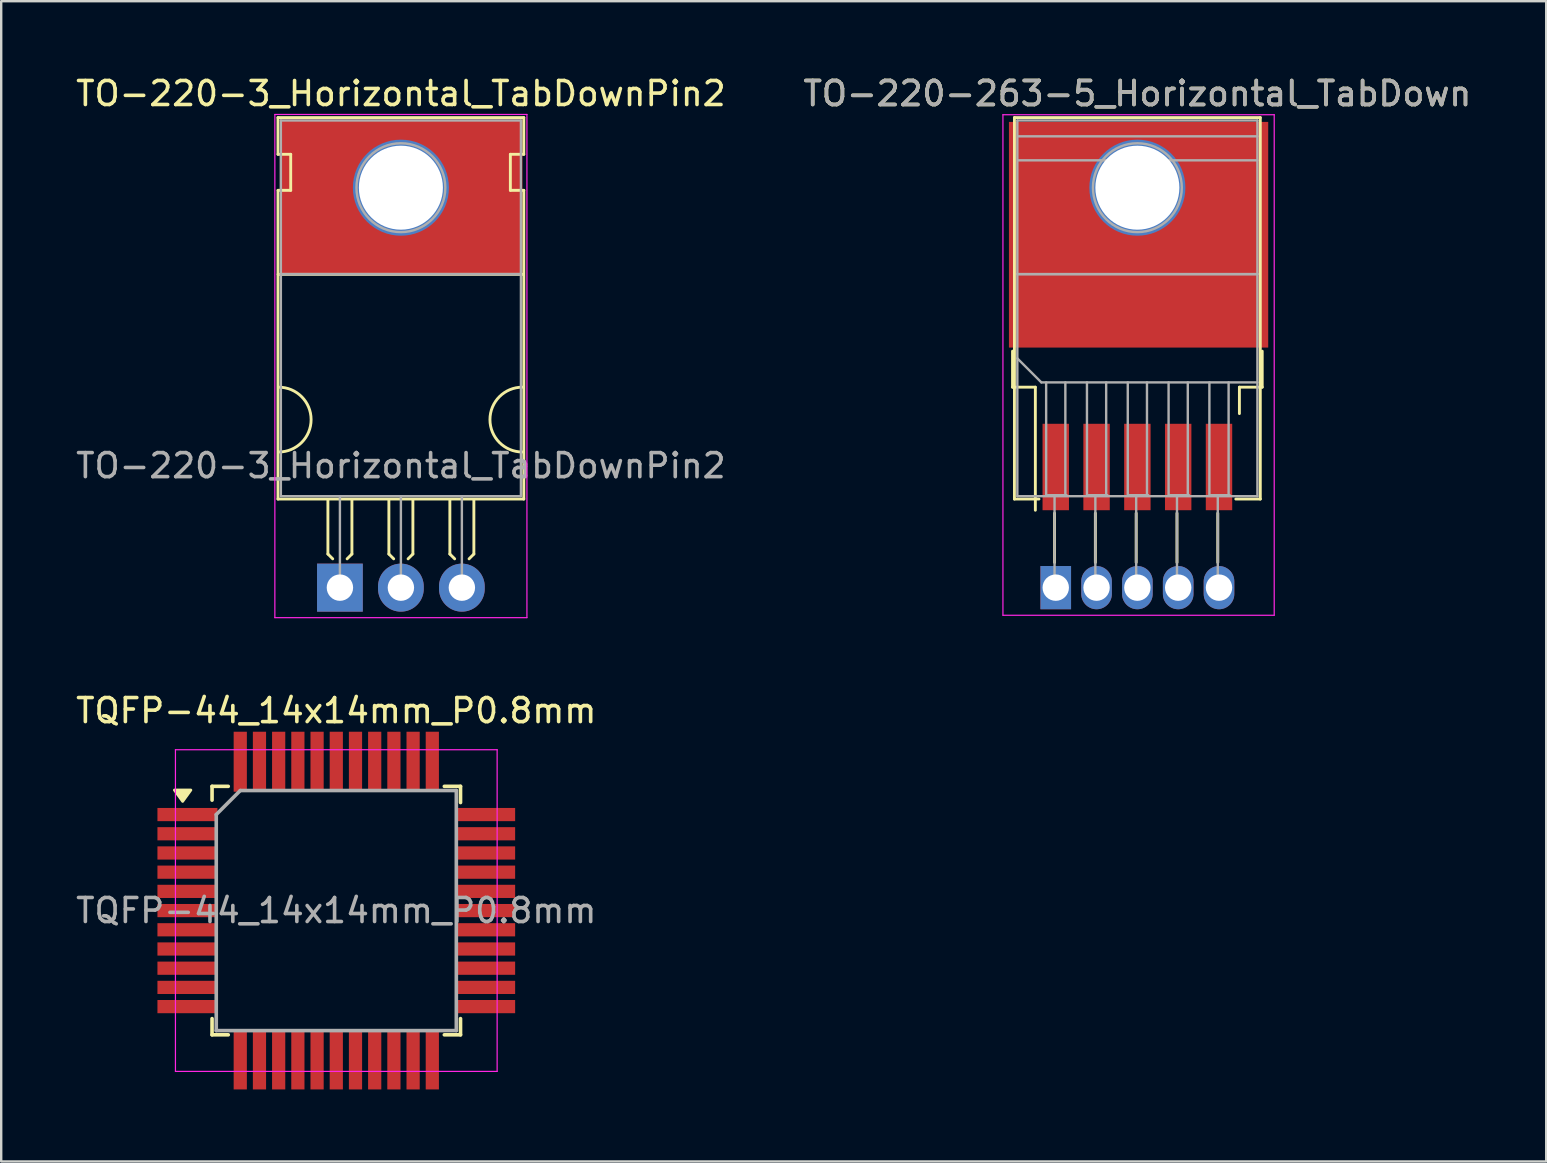
<source format=kicad_pcb>
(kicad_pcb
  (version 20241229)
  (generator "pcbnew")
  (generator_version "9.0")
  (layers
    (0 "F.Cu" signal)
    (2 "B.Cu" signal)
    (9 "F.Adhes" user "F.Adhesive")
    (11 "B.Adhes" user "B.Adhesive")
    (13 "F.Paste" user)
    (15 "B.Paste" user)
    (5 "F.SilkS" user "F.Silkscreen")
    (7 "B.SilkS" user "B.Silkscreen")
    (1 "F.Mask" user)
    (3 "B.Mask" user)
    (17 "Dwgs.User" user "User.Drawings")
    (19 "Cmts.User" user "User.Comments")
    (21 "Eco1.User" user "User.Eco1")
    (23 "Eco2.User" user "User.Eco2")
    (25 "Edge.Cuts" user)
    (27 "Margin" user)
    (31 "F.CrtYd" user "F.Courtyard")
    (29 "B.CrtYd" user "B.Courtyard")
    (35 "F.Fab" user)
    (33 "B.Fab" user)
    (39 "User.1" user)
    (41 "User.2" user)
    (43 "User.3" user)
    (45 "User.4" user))
  (footprint "TO-220-3_Horizontal_TabDownPin2"
    (layer "F.Cu")
    (at 11.109 21.428)
    (property "Reference" "TO-220-3_Horizontal_TabDownPin2" (at 2.54 -20.58 0) (layer "F.SilkS") (effects (font (size 1 1) (thickness 0.15))))
    (attr smd)
    (fp_line (start -2.58 -19.58) (end -2.58 -18.05) (stroke (width 0.12) (type solid)) (layer "F.SilkS"))
    (fp_line (start -2.58 -19.58) (end 7.66 -19.58) (stroke (width 0.12) (type solid)) (layer "F.SilkS"))
    (fp_line (start -2.58 -18.05) (end -2.05 -18.05) (stroke (width 0.12) (type solid)) (layer "F.SilkS"))
    (fp_line (start -2.58 -16.55) (end -2.58 -3.69) (stroke (width 0.12) (type solid)) (layer "F.SilkS"))
    (fp_line (start -2.58 -3.69) (end 7.66 -3.69) (stroke (width 0.12) (type solid)) (layer "F.SilkS"))
    (fp_line (start -2.575 -13.05) (end 7.65 -13.05) (stroke (width 0.12) (type solid)) (layer "F.SilkS"))
    (fp_line (start -2.05 -18.05) (end -2.05 -16.55) (stroke (width 0.12) (type solid)) (layer "F.SilkS"))
    (fp_line (start -2.05 -16.55) (end -2.575 -16.55) (stroke (width 0.12) (type solid)) (layer "F.SilkS"))
    (fp_line (start -0.5 -3.65) (end -0.5 -1.4) (stroke (width 0.12) (type solid)) (layer "F.SilkS"))
    (fp_line (start -0.5 -1.4) (end -0.3 -1.2) (stroke (width 0.12) (type solid)) (layer "F.SilkS"))
    (fp_line (start 0.5 -3.65) (end 0.5 -1.4) (stroke (width 0.12) (type solid)) (layer "F.SilkS"))
    (fp_line (start 0.5 -1.4) (end 0.3 -1.2) (stroke (width 0.12) (type solid)) (layer "F.SilkS"))
    (fp_line (start 2.04 -3.65) (end 2.04 -1.4) (stroke (width 0.12) (type solid)) (layer "F.SilkS"))
    (fp_line (start 2.04 -1.4) (end 2.24 -1.2) (stroke (width 0.12) (type solid)) (layer "F.SilkS"))
    (fp_line (start 3.04 -3.65) (end 3.04 -1.4) (stroke (width 0.12) (type solid)) (layer "F.SilkS"))
    (fp_line (start 3.04 -1.4) (end 2.84 -1.2) (stroke (width 0.12) (type solid)) (layer "F.SilkS"))
    (fp_line (start 4.58 -3.65) (end 4.58 -1.4) (stroke (width 0.12) (type solid)) (layer "F.SilkS"))
    (fp_line (start 4.58 -1.4) (end 4.78 -1.2) (stroke (width 0.12) (type solid)) (layer "F.SilkS"))
    (fp_line (start 5.58 -3.65) (end 5.58 -1.4) (stroke (width 0.12) (type solid)) (layer "F.SilkS"))
    (fp_line (start 5.58 -1.4) (end 5.38 -1.2) (stroke (width 0.12) (type solid)) (layer "F.SilkS"))
    (fp_line (start 7.1 -18.05) (end 7.66 -18.05) (stroke (width 0.12) (type solid)) (layer "F.SilkS"))
    (fp_line (start 7.1 -16.55) (end 7.1 -18.05) (stroke (width 0.12) (type solid)) (layer "F.SilkS"))
    (fp_line (start 7.66 -19.58) (end 7.66 -18.05) (stroke (width 0.12) (type solid)) (layer "F.SilkS"))
    (fp_line (start 7.66 -16.55) (end 7.1 -16.55) (stroke (width 0.12) (type solid)) (layer "F.SilkS"))
    (fp_line (start 7.66 -16.55) (end 7.66 -3.69) (stroke (width 0.12) (type solid)) (layer "F.SilkS"))
    (fp_arc (start -2.55 -8.35) (mid -1.2 -7) (end -2.55 -5.65) (stroke (width 0.12) (type solid)) (layer "F.SilkS"))
    (fp_arc (start 7.6 -5.65) (mid 6.25 -7) (end 7.6 -8.35) (stroke (width 0.12) (type solid)) (layer "F.SilkS"))
    (fp_line (start -2.71 -19.71) (end -2.71 1.25) (stroke (width 0.05) (type solid)) (layer "F.CrtYd"))
    (fp_line (start -2.71 1.25) (end 7.79 1.25) (stroke (width 0.05) (type solid)) (layer "F.CrtYd"))
    (fp_line (start 7.79 -19.71) (end -2.71 -19.71) (stroke (width 0.05) (type solid)) (layer "F.CrtYd"))
    (fp_line (start 7.79 1.25) (end 7.79 -19.71) (stroke (width 0.05) (type solid)) (layer "F.CrtYd"))
    (fp_line (start -2.46 -19.46) (end 7.54 -19.46) (stroke (width 0.1) (type solid)) (layer "F.Fab"))
    (fp_line (start -2.46 -13.06) (end -2.46 -19.46) (stroke (width 0.1) (type solid)) (layer "F.Fab"))
    (fp_line (start -2.46 -13.06) (end 7.54 -13.06) (stroke (width 0.1) (type solid)) (layer "F.Fab"))
    (fp_line (start -2.46 -3.81) (end -2.46 -13.06) (stroke (width 0.1) (type solid)) (layer "F.Fab"))
    (fp_line (start 0 -3.81) (end 0 0) (stroke (width 0.1) (type solid)) (layer "F.Fab"))
    (fp_line (start 2.54 -3.81) (end 2.54 0) (stroke (width 0.1) (type solid)) (layer "F.Fab"))
    (fp_line (start 5.08 -3.81) (end 5.08 0) (stroke (width 0.1) (type solid)) (layer "F.Fab"))
    (fp_line (start 7.54 -19.46) (end 7.54 -13.06) (stroke (width 0.1) (type solid)) (layer "F.Fab"))
    (fp_line (start 7.54 -13.06) (end -2.46 -13.06) (stroke (width 0.1) (type solid)) (layer "F.Fab"))
    (fp_line (start 7.54 -13.06) (end 7.54 -3.81) (stroke (width 0.1) (type solid)) (layer "F.Fab"))
    (fp_line (start 7.54 -3.81) (end -2.46 -3.81) (stroke (width 0.1) (type solid)) (layer "F.Fab"))
    (fp_circle (center 2.54 -16.66) (end 4.39 -16.66) (stroke (width 0.1) (type solid)) (fill no) (layer "F.Fab"))
    (fp_text user "${REFERENCE}" (at 2.54 -5.08 0) (layer "F.Fab") (effects (font (size 1 1) (thickness 0.15))))
    (pad "1" thru_hole rect (at 0 0) (size 1.905 2) (drill 1.1) (layers "*.Cu" "*.Mask"))
    (pad "2" thru_hole circle (at 2.54 -16.66) (size 4 4) (drill 3.5) (layers "*.Cu" "*.Mask"))
    (pad "2" thru_hole oval (at 2.54 0) (size 1.905 2) (drill 1.1) (layers "*.Cu" "*.Mask"))
    (pad "2" smd rect (at 2.55 -16.3 90) (size 6.4 10.1) (layers "F.Cu" "F.Mask"))
    (pad "3" thru_hole oval (at 5.08 0) (size 1.905 2) (drill 1.1) (layers "*.Cu" "*.Mask")))
  (footprint "TQFP-44_14x14mm_P0.8mm"
    (layer "F.Cu")
    (at 10.958 34.88)
    (property "Reference" "TQFP-44_14x14mm_P0.8mm" (at 0 -8.328 0) (layer "F.SilkS") (effects (font (size 1 1) (thickness 0.15))))
    (attr smd)
    (fp_line (start -5.175 -5.175) (end -5.175 -4.6) (stroke (width 0.15) (type solid)) (layer "F.SilkS"))
    (fp_line (start -5.175 -5.175) (end -4.5 -5.175) (stroke (width 0.15) (type solid)) (layer "F.SilkS"))
    (fp_line (start -5.175 5.175) (end -5.175 4.5) (stroke (width 0.15) (type solid)) (layer "F.SilkS"))
    (fp_line (start -5.175 5.175) (end -4.5 5.175) (stroke (width 0.15) (type solid)) (layer "F.SilkS"))
    (fp_line (start 5.175 -5.175) (end 4.5 -5.175) (stroke (width 0.15) (type solid)) (layer "F.SilkS"))
    (fp_line (start 5.175 -5.175) (end 5.175 -4.5) (stroke (width 0.15) (type solid)) (layer "F.SilkS"))
    (fp_line (start 5.175 5.175) (end 4.5 5.175) (stroke (width 0.15) (type solid)) (layer "F.SilkS"))
    (fp_line (start 5.175 5.175) (end 5.175 4.5) (stroke (width 0.15) (type solid)) (layer "F.SilkS"))
    (fp_poly (pts (xy -6.4 -4.55) (xy -6.74 -5.02) (xy -6.06 -5.02) (xy -6.4 -4.55)) (stroke (width 0.12) (type solid)) (fill yes) (layer "F.SilkS"))
    (fp_line (start -6.7 -6.7) (end -6.7 6.7) (stroke (width 0.05) (type solid)) (layer "F.CrtYd"))
    (fp_line (start -6.7 -6.7) (end 6.7 -6.7) (stroke (width 0.05) (type solid)) (layer "F.CrtYd"))
    (fp_line (start -6.7 6.7) (end 6.7 6.7) (stroke (width 0.05) (type solid)) (layer "F.CrtYd"))
    (fp_line (start 6.7 -6.7) (end 6.7 6.7) (stroke (width 0.05) (type solid)) (layer "F.CrtYd"))
    (fp_line (start -5 -4) (end -4 -5) (stroke (width 0.15) (type solid)) (layer "F.Fab"))
    (fp_line (start -5 5) (end -5 -4) (stroke (width 0.15) (type solid)) (layer "F.Fab"))
    (fp_line (start -4 -5) (end 5 -5) (stroke (width 0.15) (type solid)) (layer "F.Fab"))
    (fp_line (start 5 -5) (end 5 5) (stroke (width 0.15) (type solid)) (layer "F.Fab"))
    (fp_line (start 5 5) (end -5 5) (stroke (width 0.15) (type solid)) (layer "F.Fab"))
    (fp_text user "${REFERENCE}" (at 0 0 0) (layer "F.Fab") (effects (font (size 1 1) (thickness 0.15))))
    (pad "1" smd rect (at -6.2 -4) (size 2.5 0.55) (layers "F.Cu" "F.Mask" "F.Paste"))
    (pad "2" smd rect (at -6.2 -3.2) (size 2.5 0.55) (layers "F.Cu" "F.Mask" "F.Paste"))
    (pad "3" smd rect (at -6.2 -2.4) (size 2.5 0.55) (layers "F.Cu" "F.Mask" "F.Paste"))
    (pad "4" smd rect (at -6.2 -1.6) (size 2.5 0.55) (layers "F.Cu" "F.Mask" "F.Paste"))
    (pad "5" smd rect (at -6.2 -0.8) (size 2.5 0.55) (layers "F.Cu" "F.Mask" "F.Paste"))
    (pad "6" smd rect (at -6.2 0) (size 2.5 0.55) (layers "F.Cu" "F.Mask" "F.Paste"))
    (pad "7" smd rect (at -6.2 0.8) (size 2.5 0.55) (layers "F.Cu" "F.Mask" "F.Paste"))
    (pad "8" smd rect (at -6.2 1.6) (size 2.5 0.55) (layers "F.Cu" "F.Mask" "F.Paste"))
    (pad "9" smd rect (at -6.2 2.4) (size 2.5 0.55) (layers "F.Cu" "F.Mask" "F.Paste"))
    (pad "10" smd rect (at -6.2 3.2) (size 2.5 0.55) (layers "F.Cu" "F.Mask" "F.Paste"))
    (pad "11" smd rect (at -6.2 4) (size 2.5 0.55) (layers "F.Cu" "F.Mask" "F.Paste"))
    (pad "12" smd rect (at -4 6.2 90) (size 2.5 0.55) (layers "F.Cu" "F.Mask" "F.Paste"))
    (pad "13" smd rect (at -3.2 6.2 90) (size 2.5 0.55) (layers "F.Cu" "F.Mask" "F.Paste"))
    (pad "14" smd rect (at -2.4 6.2 90) (size 2.5 0.55) (layers "F.Cu" "F.Mask" "F.Paste"))
    (pad "15" smd rect (at -1.6 6.2 90) (size 2.5 0.55) (layers "F.Cu" "F.Mask" "F.Paste"))
    (pad "16" smd rect (at -0.8 6.2 90) (size 2.5 0.55) (layers "F.Cu" "F.Mask" "F.Paste"))
    (pad "17" smd rect (at 0 6.2 90) (size 2.5 0.55) (layers "F.Cu" "F.Mask" "F.Paste"))
    (pad "18" smd rect (at 0.8 6.2 90) (size 2.5 0.55) (layers "F.Cu" "F.Mask" "F.Paste"))
    (pad "19" smd rect (at 1.6 6.2 90) (size 2.5 0.55) (layers "F.Cu" "F.Mask" "F.Paste"))
    (pad "20" smd rect (at 2.4 6.2 90) (size 2.5 0.55) (layers "F.Cu" "F.Mask" "F.Paste"))
    (pad "21" smd rect (at 3.2 6.2 90) (size 2.5 0.55) (layers "F.Cu" "F.Mask" "F.Paste"))
    (pad "22" smd rect (at 4 6.2 90) (size 2.5 0.55) (layers "F.Cu" "F.Mask" "F.Paste"))
    (pad "23" smd rect (at 6.2 4) (size 2.5 0.55) (layers "F.Cu" "F.Mask" "F.Paste"))
    (pad "24" smd rect (at 6.2 3.2) (size 2.5 0.55) (layers "F.Cu" "F.Mask" "F.Paste"))
    (pad "25" smd rect (at 6.2 2.4) (size 2.5 0.55) (layers "F.Cu" "F.Mask" "F.Paste"))
    (pad "26" smd rect (at 6.2 1.6) (size 2.5 0.55) (layers "F.Cu" "F.Mask" "F.Paste"))
    (pad "27" smd rect (at 6.2 0.8) (size 2.5 0.55) (layers "F.Cu" "F.Mask" "F.Paste"))
    (pad "28" smd rect (at 6.2 0) (size 2.5 0.55) (layers "F.Cu" "F.Mask" "F.Paste"))
    (pad "29" smd rect (at 6.2 -0.8) (size 2.5 0.55) (layers "F.Cu" "F.Mask" "F.Paste"))
    (pad "30" smd rect (at 6.2 -1.6) (size 2.5 0.55) (layers "F.Cu" "F.Mask" "F.Paste"))
    (pad "31" smd rect (at 6.2 -2.4) (size 2.5 0.55) (layers "F.Cu" "F.Mask" "F.Paste"))
    (pad "32" smd rect (at 6.2 -3.2) (size 2.5 0.55) (layers "F.Cu" "F.Mask" "F.Paste"))
    (pad "33" smd rect (at 6.2 -4) (size 2.5 0.55) (layers "F.Cu" "F.Mask" "F.Paste"))
    (pad "34" smd rect (at 4 -6.2 90) (size 2.5 0.55) (layers "F.Cu" "F.Mask" "F.Paste"))
    (pad "35" smd rect (at 3.2 -6.2 90) (size 2.5 0.55) (layers "F.Cu" "F.Mask" "F.Paste"))
    (pad "36" smd rect (at 2.4 -6.2 90) (size 2.5 0.55) (layers "F.Cu" "F.Mask" "F.Paste"))
    (pad "37" smd rect (at 1.6 -6.2 90) (size 2.5 0.55) (layers "F.Cu" "F.Mask" "F.Paste"))
    (pad "38" smd rect (at 0.8 -6.2 90) (size 2.5 0.55) (layers "F.Cu" "F.Mask" "F.Paste"))
    (pad "39" smd rect (at 0 -6.2 90) (size 2.5 0.55) (layers "F.Cu" "F.Mask" "F.Paste"))
    (pad "40" smd rect (at -0.8 -6.2 90) (size 2.5 0.55) (layers "F.Cu" "F.Mask" "F.Paste"))
    (pad "41" smd rect (at -1.6 -6.2 90) (size 2.5 0.55) (layers "F.Cu" "F.Mask" "F.Paste"))
    (pad "42" smd rect (at -2.4 -6.2 90) (size 2.5 0.55) (layers "F.Cu" "F.Mask" "F.Paste"))
    (pad "43" smd rect (at -3.2 -6.2 90) (size 2.5 0.55) (layers "F.Cu" "F.Mask" "F.Paste"))
    (pad "44" smd rect (at -4 -6.2 90) (size 2.5 0.55) (layers "F.Cu" "F.Mask" "F.Paste")))
  (footprint "TO-220-263-5_Horizontal_TabDown"
    (layer "F.Cu")
    (at 40.927 21.428)
    (property "Reference" "TO-220-263-5_Horizontal_TabDown" (at 3.4 -20.58 0) (layer "F.SilkS") (effects (font (size 1 1) (thickness 0.15))))
    (fp_line (start -1.8 -9.85) (end -1.8 -8.35) (stroke (width 0.12) (type solid)) (layer "F.SilkS"))
    (fp_line (start -1.8 -8.35) (end -0.85 -8.35) (stroke (width 0.12) (type solid)) (layer "F.SilkS"))
    (fp_line (start -1.721 -19.58) (end -1.721 -3.69) (stroke (width 0.12) (type solid)) (layer "F.SilkS"))
    (fp_line (start -1.721 -19.58) (end 8.52 -19.58) (stroke (width 0.12) (type solid)) (layer "F.SilkS"))
    (fp_line (start -1.721 -3.69) (end -0.7 -3.69) (stroke (width 0.12) (type solid)) (layer "F.SilkS"))
    (fp_line (start -0.85 -8.35) (end -0.85 -3.225) (stroke (width 0.12) (type solid)) (layer "F.SilkS"))
    (fp_line (start -0.05 -3.1) (end -0.05 -1.05) (stroke (width 0.12) (type solid)) (layer "F.SilkS"))
    (fp_line (start 1.65 -3.1) (end 1.65 -1.05) (stroke (width 0.12) (type solid)) (layer "F.SilkS"))
    (fp_line (start 3.35 -3.1) (end 3.35 -1.05) (stroke (width 0.12) (type solid)) (layer "F.SilkS"))
    (fp_line (start 5.05 -3.1) (end 5.05 -1.05) (stroke (width 0.12) (type solid)) (layer "F.SilkS"))
    (fp_line (start 6.75 -3.1) (end 6.75 -1.05) (stroke (width 0.12) (type solid)) (layer "F.SilkS"))
    (fp_line (start 7.5 -3.69) (end 8.521 -3.69) (stroke (width 0.12) (type solid)) (layer "F.SilkS"))
    (fp_line (start 7.65 -8.35) (end 7.65 -7.25) (stroke (width 0.12) (type solid)) (layer "F.SilkS"))
    (fp_line (start 8.52 -19.58) (end 8.52 -3.69) (stroke (width 0.12) (type solid)) (layer "F.SilkS"))
    (fp_line (start 8.6 -9.85) (end 8.6 -8.35) (stroke (width 0.12) (type solid)) (layer "F.SilkS"))
    (fp_line (start 8.6 -8.35) (end 7.65 -8.35) (stroke (width 0.12) (type solid)) (layer "F.SilkS"))
    (fp_line (start -2.2 -19.7) (end -2.2 1.15) (stroke (width 0.05) (type solid)) (layer "F.CrtYd"))
    (fp_line (start -2.2 1.15) (end 9.1 1.15) (stroke (width 0.05) (type solid)) (layer "F.CrtYd"))
    (fp_line (start 9.1 -19.7) (end -2.2 -19.7) (stroke (width 0.05) (type solid)) (layer "F.CrtYd"))
    (fp_line (start 9.1 1.15) (end 9.1 -19.7) (stroke (width 0.05) (type solid)) (layer "F.CrtYd"))
    (fp_line (start -1.6 -19.46) (end 8.4 -19.46) (stroke (width 0.1) (type solid)) (layer "F.Fab"))
    (fp_line (start -1.6 -13.06) (end -1.6 -19.46) (stroke (width 0.1) (type solid)) (layer "F.Fab"))
    (fp_line (start -1.6 -13.06) (end 8.4 -13.06) (stroke (width 0.1) (type solid)) (layer "F.Fab"))
    (fp_line (start -1.6 -3.81) (end -1.6 -13.06) (stroke (width 0.1) (type solid)) (layer "F.Fab"))
    (fp_line (start -1.55 -18.8) (end 8.4 -18.8) (stroke (width 0.1) (type solid)) (layer "F.Fab"))
    (fp_line (start -1.55 -17.8) (end 8.4 -17.8) (stroke (width 0.1) (type solid)) (layer "F.Fab"))
    (fp_line (start -0.6 -8.55) (end -1.6 -9.55) (stroke (width 0.1) (type solid)) (layer "F.Fab"))
    (fp_line (start -0.4 -8.55) (end -0.4 -3.85) (stroke (width 0.1) (type solid)) (layer "F.Fab"))
    (fp_line (start -0.35 -3.85) (end 0.45 -3.85) (stroke (width 0.1) (type solid)) (layer "F.Fab"))
    (fp_line (start -0.05 -3.81) (end -0.05 0) (stroke (width 0.1) (type solid)) (layer "F.Fab"))
    (fp_line (start 0.4 -3.85) (end 0.4 -8.55) (stroke (width 0.1) (type solid)) (layer "F.Fab"))
    (fp_line (start 1.3 -8.55) (end 1.3 -3.85) (stroke (width 0.1) (type solid)) (layer "F.Fab"))
    (fp_line (start 1.35 -3.85) (end 2.15 -3.85) (stroke (width 0.1) (type solid)) (layer "F.Fab"))
    (fp_line (start 1.65 -3.81) (end 1.65 0) (stroke (width 0.1) (type solid)) (layer "F.Fab"))
    (fp_line (start 2.1 -3.85) (end 2.1 -8.55) (stroke (width 0.1) (type solid)) (layer "F.Fab"))
    (fp_line (start 3 -8.55) (end 3 -3.85) (stroke (width 0.1) (type solid)) (layer "F.Fab"))
    (fp_line (start 3.05 -3.85) (end 3.85 -3.85) (stroke (width 0.1) (type solid)) (layer "F.Fab"))
    (fp_line (start 3.35 -3.81) (end 3.35 0) (stroke (width 0.1) (type solid)) (layer "F.Fab"))
    (fp_line (start 3.8 -3.85) (end 3.8 -8.55) (stroke (width 0.1) (type solid)) (layer "F.Fab"))
    (fp_line (start 4.7 -8.55) (end 4.7 -3.85) (stroke (width 0.1) (type solid)) (layer "F.Fab"))
    (fp_line (start 4.75 -3.85) (end 5.55 -3.85) (stroke (width 0.1) (type solid)) (layer "F.Fab"))
    (fp_line (start 5.05 -3.81) (end 5.05 0) (stroke (width 0.1) (type solid)) (layer "F.Fab"))
    (fp_line (start 5.5 -3.85) (end 5.5 -8.55) (stroke (width 0.1) (type solid)) (layer "F.Fab"))
    (fp_line (start 6.4 -8.55) (end 6.4 -3.85) (stroke (width 0.1) (type solid)) (layer "F.Fab"))
    (fp_line (start 6.45 -3.85) (end 7.25 -3.85) (stroke (width 0.1) (type solid)) (layer "F.Fab"))
    (fp_line (start 6.75 -3.81) (end 6.75 0) (stroke (width 0.1) (type solid)) (layer "F.Fab"))
    (fp_line (start 7.2 -3.85) (end 7.2 -8.55) (stroke (width 0.1) (type solid)) (layer "F.Fab"))
    (fp_line (start 8.4 -19.46) (end 8.4 -13.06) (stroke (width 0.1) (type solid)) (layer "F.Fab"))
    (fp_line (start 8.4 -13.06) (end -1.6 -13.06) (stroke (width 0.1) (type solid)) (layer "F.Fab"))
    (fp_line (start 8.4 -13.06) (end 8.4 -3.81) (stroke (width 0.1) (type solid)) (layer "F.Fab"))
    (fp_line (start 8.4 -8.55) (end -0.6 -8.55) (stroke (width 0.1) (type solid)) (layer "F.Fab"))
    (fp_line (start 8.4 -3.81) (end -1.6 -3.81) (stroke (width 0.1) (type solid)) (layer "F.Fab"))
    (fp_circle (center 3.4 -16.66) (end 5.25 -16.66) (stroke (width 0.1) (type solid)) (fill no) (layer "F.Fab"))
    (fp_text user "${REFERENCE}" (at 3.4 -20.58 0) (layer "F.Fab") (effects (font (size 1 1) (thickness 0.15))))
    (pad "1" smd rect (at 0 -5.025 90) (size 3.6 1.1) (layers "F.Cu" "F.Mask" "F.Paste"))
    (pad "1" thru_hole rect (at 0 0) (size 1.275 1.8) (drill 1.1) (layers "*.Cu" "*.Mask"))
    (pad "2" smd rect (at 1.7 -5.025 90) (size 3.6 1.1) (layers "F.Cu" "F.Mask" "F.Paste"))
    (pad "2" thru_hole oval (at 1.7 0) (size 1.275 1.8) (drill 1.1) (layers "*.Cu" "*.Mask"))
    (pad "3" thru_hole circle (at 3.4 -16.66) (size 4 4) (drill 3.5) (layers "*.Cu" "*.Mask"))
    (pad "3" smd rect (at 3.4 -5.025 90) (size 3.6 1.1) (layers "F.Cu" "F.Mask" "F.Paste"))
    (pad "3" thru_hole oval (at 3.4 0) (size 1.275 1.8) (drill 1.1) (layers "*.Cu" "*.Mask"))
    (pad "3" smd rect (at 3.45 -14.7 90) (size 9.4 10.8) (layers "F.Cu" "F.Mask"))
    (pad "4" smd rect (at 5.1 -5.025 90) (size 3.6 1.1) (layers "F.Cu" "F.Mask" "F.Paste"))
    (pad "4" thru_hole oval (at 5.1 0) (size 1.275 1.8) (drill 1.1) (layers "*.Cu" "*.Mask"))
    (pad "5" smd rect (at 6.8 -5.025 90) (size 3.6 1.1) (layers "F.Cu" "F.Mask" "F.Paste"))
    (pad "5" thru_hole oval (at 6.8 0) (size 1.275 1.8) (drill 1.1) (layers "*.Cu" "*.Mask")))
  (gr_rect
    (start -3 -3)
    (end 61.357 45.33)
    (stroke (width 0.1) (type default))
    (fill no)
    (layer "Edge.Cuts")))
</source>
